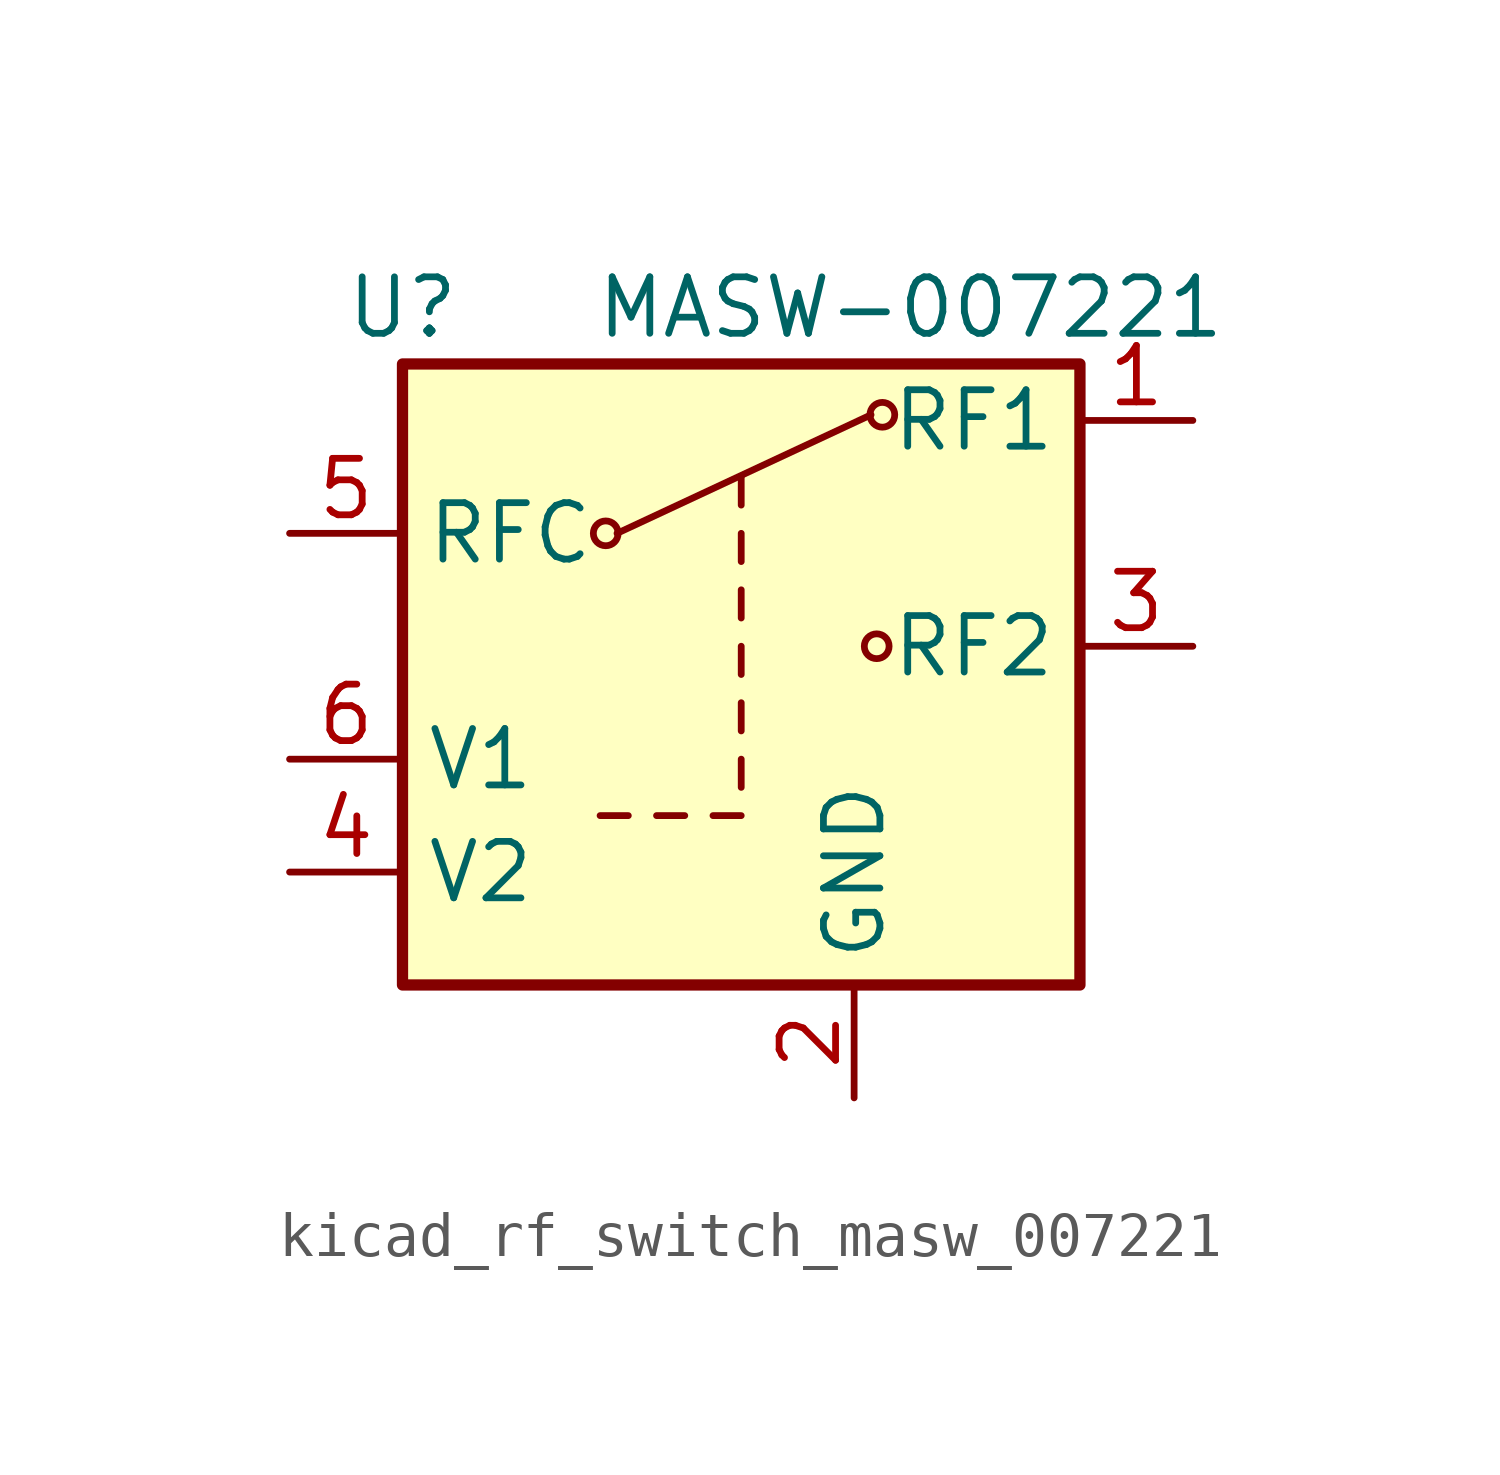
<source format=kicad_sym>
(kicad_symbol_lib
  (version 20220914)
  (generator kicad_symbol_editor)
  (symbol "kicad_rf_switch_masw_007221"
    (property "Reference" "U"
      (at -7.62 7.62 0)
      (effects (font (size 1.27 1.27))))
    (property "Value" "MASW-007221"
      (at 3.81 7.62 0)
      (effects (font (size 1.27 1.27))))
    (symbol "kicad_rf_switch_masw_007221_0_1"
      (circle (center -3.048 2.54) (radius 0.279) (stroke (width 0) (type default)) (fill (type none)))
      (polyline (pts (xy -3.175 -3.81) (xy -2.54 -3.81)) (stroke (width 0) (type default)) (fill (type none)))
      (polyline (pts (xy -2.794 2.54) (xy 2.921 5.207)) (stroke (width 0) (type default)) (fill (type none)))
      (polyline (pts (xy -1.905 -3.81) (xy -1.27 -3.81)) (stroke (width 0) (type default)) (fill (type none)))
      (polyline (pts (xy -0.635 -3.81) (xy 0 -3.81)) (stroke (width 0) (type default)) (fill (type none)))
      (polyline (pts (xy 0 -3.175) (xy 0 -2.54)) (stroke (width 0) (type default)) (fill (type none)))
      (polyline (pts (xy 0 -1.905) (xy 0 -1.27)) (stroke (width 0) (type default)) (fill (type none)))
      (polyline (pts (xy 0 -0.635) (xy 0 0)) (stroke (width 0) (type default)) (fill (type none)))
      (polyline (pts (xy 0 0.635) (xy 0 1.27)) (stroke (width 0) (type default)) (fill (type none)))
      (polyline (pts (xy 0 1.905) (xy 0 2.54)) (stroke (width 0) (type default)) (fill (type none)))
      (polyline (pts (xy 0 3.175) (xy 0 3.81)) (stroke (width 0) (type default)) (fill (type none)))
      (circle (center 3.048 0) (radius 0.279) (stroke (width 0) (type default)) (fill (type none)))
      (circle (center 3.175 5.207) (radius 0.279) (stroke (width 0) (type default)) (fill (type none)))
      (rectangle (start 7.62 -7.62) (end -7.62 6.35) (stroke (width 0.254) (type default)) (fill (type background))))
    (symbol "kicad_rf_switch_masw_007221_1_1"
      (pin passive line (at 10.16 5.08 180) (length 2.54) (name "RF1" (effects (font (size 1.27 1.27)))) (number "1" (effects (font (size 1.27 1.27)))))
      (pin power_in line (at 2.54 -10.16 90) (length 2.54) (name "GND" (effects (font (size 1.27 1.27)))) (number "2" (effects (font (size 1.27 1.27)))))
      (pin passive line (at 10.16 0 180) (length 2.54) (name "RF2" (effects (font (size 1.27 1.27)))) (number "3" (effects (font (size 1.27 1.27)))))
      (pin input line (at -10.16 -5.08 0) (length 2.54) (name "V2" (effects (font (size 1.27 1.27)))) (number "4" (effects (font (size 1.27 1.27)))))
      (pin passive line (at -10.16 2.54 0) (length 2.54) (name "RFC" (effects (font (size 1.27 1.27)))) (number "5" (effects (font (size 1.27 1.27)))))
      (pin input line (at -10.16 -2.54 0) (length 2.54) (name "V1" (effects (font (size 1.27 1.27)))) (number "6" (effects (font (size 1.27 1.27))))))))
</source>
